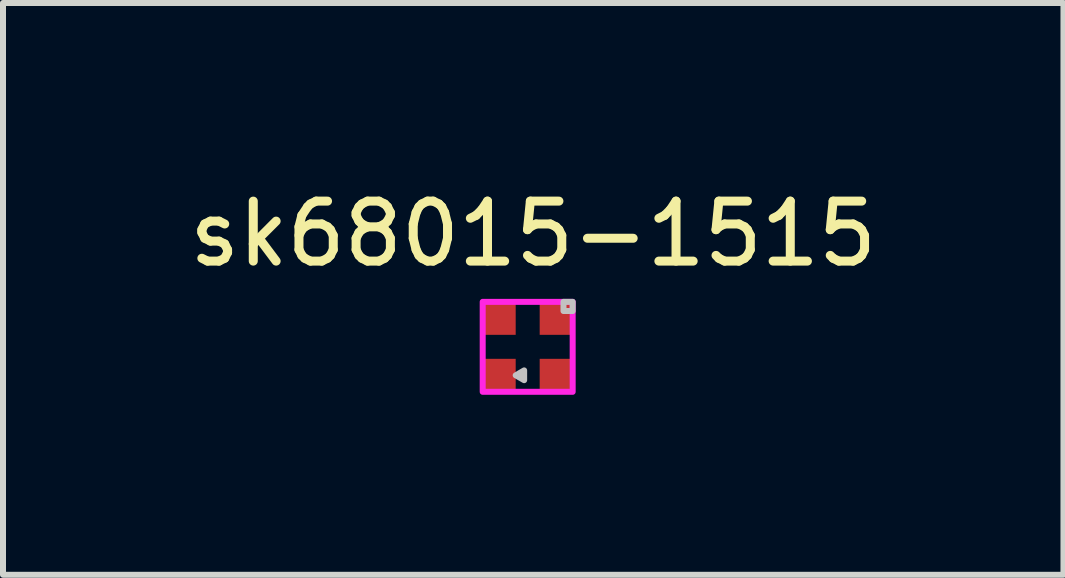
<source format=kicad_pcb>
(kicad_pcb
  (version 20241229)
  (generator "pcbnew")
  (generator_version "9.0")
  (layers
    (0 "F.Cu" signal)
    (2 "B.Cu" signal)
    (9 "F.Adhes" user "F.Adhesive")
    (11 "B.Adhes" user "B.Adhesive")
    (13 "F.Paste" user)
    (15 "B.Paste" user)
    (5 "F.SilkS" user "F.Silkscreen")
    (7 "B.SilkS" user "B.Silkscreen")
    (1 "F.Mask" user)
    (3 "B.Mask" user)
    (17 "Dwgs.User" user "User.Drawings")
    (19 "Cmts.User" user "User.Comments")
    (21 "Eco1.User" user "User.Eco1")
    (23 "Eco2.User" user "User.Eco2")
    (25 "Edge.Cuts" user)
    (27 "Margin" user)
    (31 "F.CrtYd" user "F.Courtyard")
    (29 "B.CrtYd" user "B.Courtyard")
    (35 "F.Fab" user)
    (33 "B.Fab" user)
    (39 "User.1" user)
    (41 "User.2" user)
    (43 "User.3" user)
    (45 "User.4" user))
  (footprint "sk68015-1515"
    (layer "F.Cu")
    (at 5.739 2.748)
    (property "Reference" "sk68015-1515" (at 0.1 -1.9 0) (layer "F.SilkS") (effects (font (size 1 1) (thickness 0.15))))
    (attr through_hole)
    (fp_poly (pts (xy -0.742 -0.766) (xy -0.192 -0.766) (xy -0.192 -0.216) (xy -0.742 -0.216)) (stroke (width 0) (type solid)) (fill yes) (layer "F.Cu"))
    (fp_poly (pts (xy -0.742 0.184) (xy -0.192 0.184) (xy -0.192 0.734) (xy -0.742 0.734)) (stroke (width 0) (type solid)) (fill yes) (layer "F.Cu"))
    (fp_poly (pts (xy 0.208 -0.766) (xy 0.758 -0.766) (xy 0.758 -0.216) (xy 0.208 -0.216)) (stroke (width 0) (type solid)) (fill yes) (layer "F.Cu"))
    (fp_poly (pts (xy 0.208 0.184) (xy 0.758 0.184) (xy 0.758 0.734) (xy 0.208 0.734)) (stroke (width 0) (type solid)) (fill yes) (layer "F.Cu"))
    (fp_poly (pts (xy -0.781 -0.178) (xy -0.792 -0.216) (xy -0.792 -0.766) (xy -0.781 -0.805) (xy -0.742 -0.816) (xy -0.192 -0.816) (xy -0.153 -0.805) (xy -0.142 -0.766) (xy -0.142 -0.216) (xy -0.153 -0.178) (xy -0.192 -0.166) (xy -0.742 -0.166)) (stroke (width 0) (type solid)) (fill yes) (layer "F.Mask"))
    (fp_poly (pts (xy -0.781 0.772) (xy -0.792 0.734) (xy -0.792 0.184) (xy -0.781 0.145) (xy -0.742 0.134) (xy -0.192 0.134) (xy -0.153 0.145) (xy -0.142 0.184) (xy -0.142 0.734) (xy -0.153 0.772) (xy -0.192 0.784) (xy -0.742 0.784)) (stroke (width 0) (type solid)) (fill yes) (layer "F.Mask"))
    (fp_poly (pts (xy 0.169 -0.178) (xy 0.158 -0.216) (xy 0.158 -0.766) (xy 0.169 -0.805) (xy 0.208 -0.816) (xy 0.758 -0.816) (xy 0.797 -0.805) (xy 0.808 -0.766) (xy 0.808 -0.216) (xy 0.797 -0.178) (xy 0.758 -0.166) (xy 0.208 -0.166)) (stroke (width 0) (type solid)) (fill yes) (layer "F.Mask"))
    (fp_poly (pts (xy 0.169 0.772) (xy 0.158 0.734) (xy 0.158 0.184) (xy 0.169 0.145) (xy 0.208 0.134) (xy 0.758 0.134) (xy 0.797 0.145) (xy 0.808 0.184) (xy 0.808 0.734) (xy 0.797 0.772) (xy 0.758 0.784) (xy 0.208 0.784)) (stroke (width 0) (type solid)) (fill yes) (layer "F.Mask"))
    (fp_poly (pts (xy -0.742 -0.766) (xy -0.192 -0.766) (xy -0.192 -0.216) (xy -0.742 -0.216)) (stroke (width 0) (type solid)) (fill yes) (layer "F.Paste"))
    (fp_poly (pts (xy -0.742 0.184) (xy -0.192 0.184) (xy -0.192 0.734) (xy -0.742 0.734)) (stroke (width 0) (type solid)) (fill yes) (layer "F.Paste"))
    (fp_poly (pts (xy 0.208 -0.766) (xy 0.758 -0.766) (xy 0.758 -0.216) (xy 0.208 -0.216)) (stroke (width 0) (type solid)) (fill yes) (layer "F.Paste"))
    (fp_poly (pts (xy 0.208 0.184) (xy 0.758 0.184) (xy 0.758 0.734) (xy 0.208 0.734)) (stroke (width 0) (type solid)) (fill yes) (layer "F.Paste"))
    (fp_poly (pts (xy -0.192 0.459) (xy -0.051 0.377) (xy -0.051 0.54)) (stroke (width 0.1) (type solid)) (fill no) (layer "Dwgs.User"))
    (fp_poly (pts (xy 0.605 -0.766) (xy 0.758 -0.766) (xy 0.758 -0.613) (xy 0.605 -0.613)) (stroke (width 0.1) (type solid)) (fill no) (layer "Dwgs.User"))
    (fp_poly (pts (xy -0.742 -0.766) (xy 0.758 -0.766) (xy 0.758 0.734) (xy -0.742 0.734)) (stroke (width 0.1) (type solid)) (fill no) (layer "F.CrtYd")))
  (gr_rect
    (start -3 -3)
    (end 14.679 6.532)
    (stroke (width 0.1) (type default))
    (fill no)
    (layer "Edge.Cuts")))
</source>
